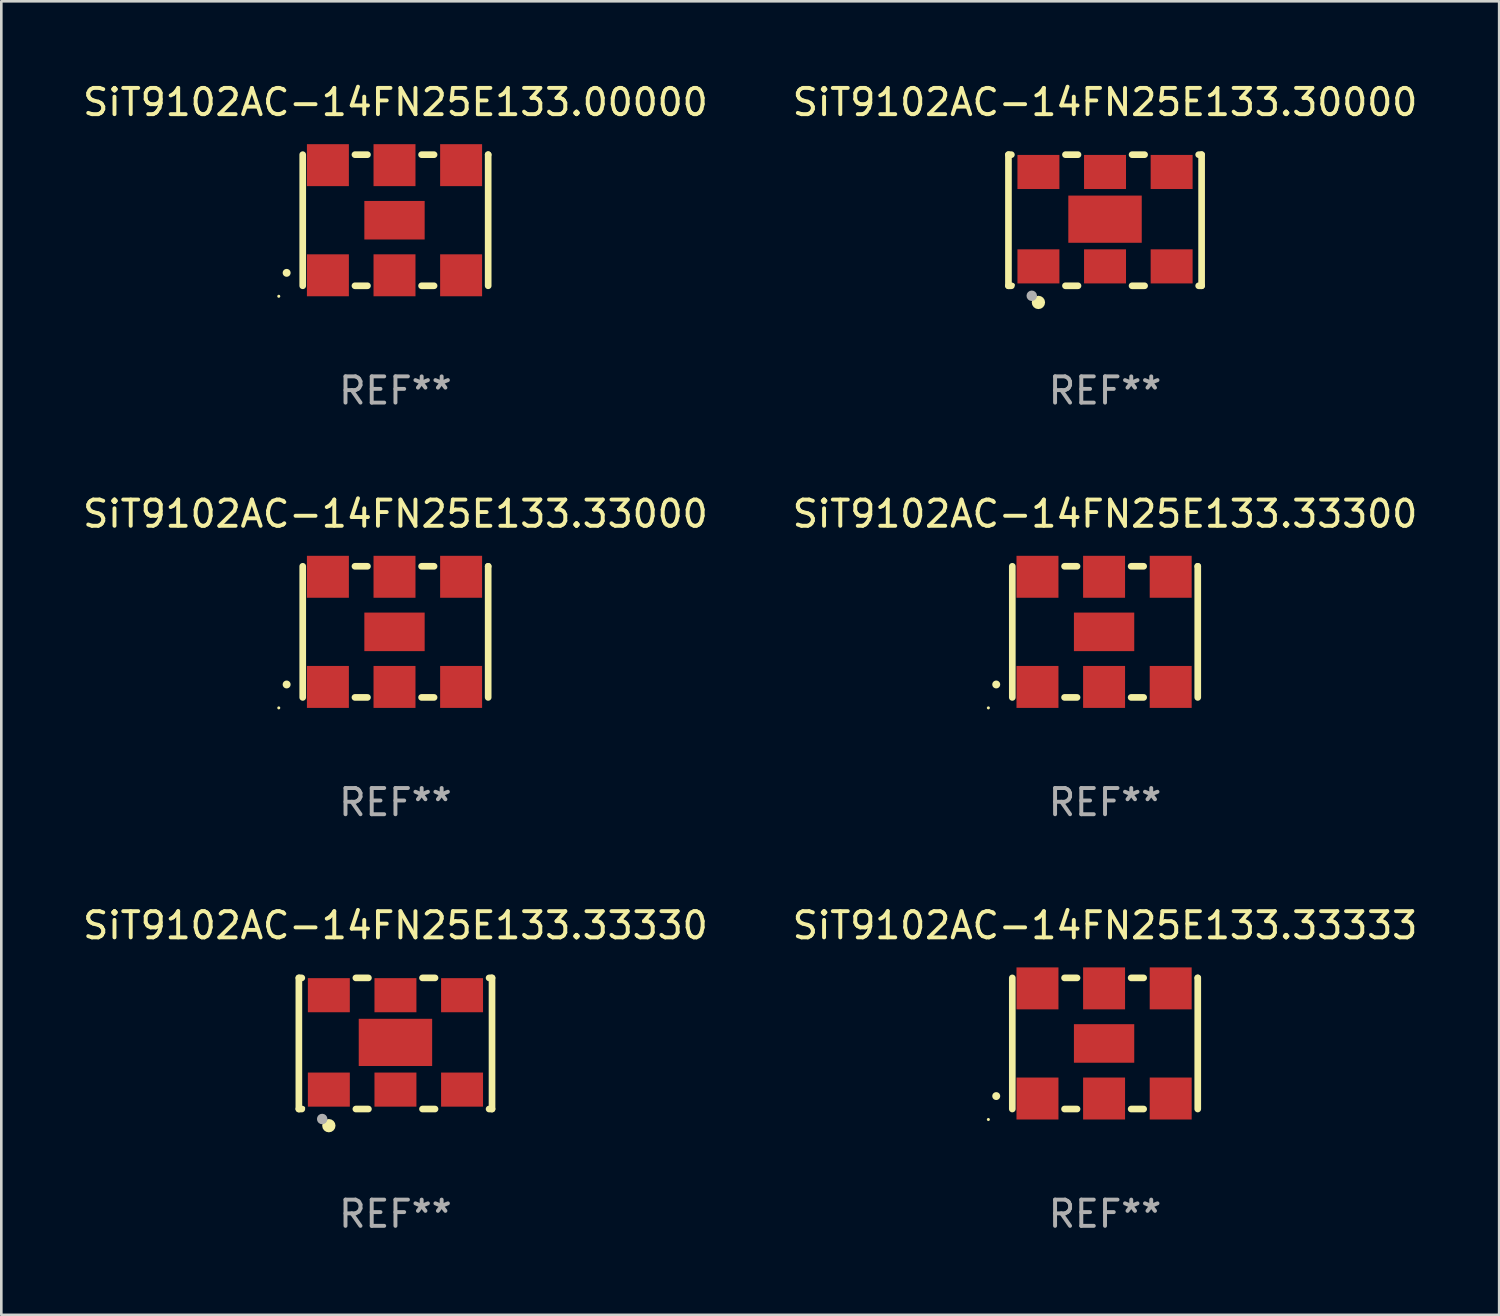
<source format=kicad_pcb>
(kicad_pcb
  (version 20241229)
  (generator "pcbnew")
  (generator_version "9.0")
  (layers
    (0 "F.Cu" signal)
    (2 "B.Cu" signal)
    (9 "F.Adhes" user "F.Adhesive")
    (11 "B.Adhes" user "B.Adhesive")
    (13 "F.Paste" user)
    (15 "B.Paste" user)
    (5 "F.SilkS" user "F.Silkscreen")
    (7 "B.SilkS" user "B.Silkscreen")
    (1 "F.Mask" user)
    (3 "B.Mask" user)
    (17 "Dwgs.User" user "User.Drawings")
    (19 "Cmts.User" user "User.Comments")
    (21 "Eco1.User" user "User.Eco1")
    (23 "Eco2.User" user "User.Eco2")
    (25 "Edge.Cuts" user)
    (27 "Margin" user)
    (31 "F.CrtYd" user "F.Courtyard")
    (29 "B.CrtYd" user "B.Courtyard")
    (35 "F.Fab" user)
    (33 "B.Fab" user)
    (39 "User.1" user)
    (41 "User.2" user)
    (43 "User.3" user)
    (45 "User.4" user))
  (footprint "SiT9102AC-14FN25E133.33000"
    (layer "F.Cu")
    (at 12.03 21.045)
    (property "Reference" "SiT9102AC-14FN25E133.33000" (at 0 -4.5 0) (layer "F.SilkS") (effects (font (size 1 1) (thickness 0.15))))
    (attr through_hole)
    (fp_line (start -3.536 -2.5) (end -3.536 2.5) (stroke (width 0.254) (type solid)) (layer "F.SilkS"))
    (fp_line (start -1.544 2.5) (end -1.067 2.5) (stroke (width 0.254) (type solid)) (layer "F.SilkS"))
    (fp_line (start -1.067 -2.5) (end -1.544 -2.5) (stroke (width 0.254) (type solid)) (layer "F.SilkS"))
    (fp_line (start 0.996 2.5) (end 1.473 2.5) (stroke (width 0.254) (type solid)) (layer "F.SilkS"))
    (fp_line (start 1.473 -2.5) (end 0.996 -2.5) (stroke (width 0.254) (type solid)) (layer "F.SilkS"))
    (fp_line (start 3.536 -2.5) (end 3.536 -2.5) (stroke (width 0.254) (type solid)) (layer "F.SilkS"))
    (fp_line (start 3.536 2.5) (end 3.536 -2.5) (stroke (width 0.254) (type solid)) (layer "F.SilkS"))
    (fp_arc (start -4.150432 2.006604) (mid -4.149162 2.006599) (end -4.147892 2.006604) (stroke (width 0.3) (type solid)) (layer "F.SilkS"))
    (fp_circle (center -4.449 2.9) (end -4.419 2.9) (stroke (width 0.06) (type solid)) (fill no) (layer "F.SilkS"))
    (fp_text user "REF**" (at 0 6.5 0) (layer "F.Fab") (effects (font (size 1 1) (thickness 0.15))))
    (pad "1" smd rect (at -2.576 2.1) (size 1.6 1.6) (layers "F.Cu" "F.Mask" "F.Paste"))
    (pad "2" smd rect (at -0.036 2.1) (size 1.6 1.6) (layers "F.Cu" "F.Mask" "F.Paste"))
    (pad "3" smd rect (at 2.504 2.1) (size 1.6 1.6) (layers "F.Cu" "F.Mask" "F.Paste"))
    (pad "4" smd rect (at 2.504 -2.1) (size 1.6 1.6) (layers "F.Cu" "F.Mask" "F.Paste"))
    (pad "5" smd rect (at -0.036 -2.1) (size 1.6 1.6) (layers "F.Cu" "F.Mask" "F.Paste"))
    (pad "6" smd rect (at -2.576 -2.1) (size 1.6 1.6) (layers "F.Cu" "F.Mask" "F.Paste"))
    (pad "7" smd rect (at -0.036 0) (size 2.3 1.47) (layers "F.Cu" "F.Mask" "F.Paste")))
  (footprint "SiT9102AC-14FN25E133.30000"
    (layer "F.Cu")
    (at 39.089 5.348)
    (property "Reference" "SiT9102AC-14FN25E133.30000" (at 0 -4.5 0) (layer "F.SilkS") (effects (font (size 1 1) (thickness 0.15))))
    (attr through_hole)
    (fp_line (start -3.683 -2.5) (end -3.571 -2.5) (stroke (width 0.254) (type solid)) (layer "F.SilkS"))
    (fp_line (start -3.683 2.5) (end -3.683 -2.5) (stroke (width 0.254) (type solid)) (layer "F.SilkS"))
    (fp_line (start -3.683 2.5) (end -3.571 2.5) (stroke (width 0.254) (type solid)) (layer "F.SilkS"))
    (fp_line (start -1.509 -2.5) (end -1.031 -2.5) (stroke (width 0.254) (type solid)) (layer "F.SilkS"))
    (fp_line (start -1.509 2.5) (end -1.031 2.5) (stroke (width 0.254) (type solid)) (layer "F.SilkS"))
    (fp_line (start 1.031 -2.5) (end 1.509 -2.5) (stroke (width 0.254) (type solid)) (layer "F.SilkS"))
    (fp_line (start 1.031 2.5) (end 1.509 2.5) (stroke (width 0.254) (type solid)) (layer "F.SilkS"))
    (fp_line (start 3.571 -2.5) (end 3.683 -2.5) (stroke (width 0.254) (type solid)) (layer "F.SilkS"))
    (fp_line (start 3.571 2.5) (end 3.683 2.5) (stroke (width 0.254) (type solid)) (layer "F.SilkS"))
    (fp_line (start 3.683 2.5) (end 3.683 -2.5) (stroke (width 0.254) (type solid)) (layer "F.SilkS"))
    (fp_circle (center -3.5 2.46) (end -3.47 2.46) (stroke (width 0.06) (type solid)) (fill no) (layer "F.SilkS"))
    (fp_circle (center -2.54 3.135) (end -2.413 3.135) (stroke (width 0.254) (type solid)) (fill no) (layer "F.SilkS"))
    (fp_circle (center -2.794 2.881) (end -2.694 2.881) (stroke (width 0.2) (type solid)) (fill no) (layer "F.Fab"))
    (fp_text user "REF**" (at 0 6.5 0) (layer "F.Fab") (effects (font (size 1 1) (thickness 0.15))))
    (pad "1" smd rect (at -2.54 1.76) (size 1.6 1.3) (layers "F.Cu" "F.Mask" "F.Paste"))
    (pad "2" smd rect (at 0 1.76) (size 1.6 1.3) (layers "F.Cu" "F.Mask" "F.Paste"))
    (pad "3" smd rect (at 2.54 1.76) (size 1.6 1.3) (layers "F.Cu" "F.Mask" "F.Paste"))
    (pad "4" smd rect (at 2.54 -1.84) (size 1.6 1.3) (layers "F.Cu" "F.Mask" "F.Paste"))
    (pad "5" smd rect (at 0 -1.84) (size 1.6 1.3) (layers "F.Cu" "F.Mask" "F.Paste"))
    (pad "6" smd rect (at -2.54 -1.84) (size 1.6 1.3) (layers "F.Cu" "F.Mask" "F.Paste"))
    (pad "7" smd rect (at 0 -0.04) (size 2.8 1.8) (layers "F.Cu" "F.Mask" "F.Paste")))
  (footprint "SiT9102AC-14FN25E133.33330"
    (layer "F.Cu")
    (at 12.03 36.741)
    (property "Reference" "SiT9102AC-14FN25E133.33330" (at 0 -4.5 0) (layer "F.SilkS") (effects (font (size 1 1) (thickness 0.15))))
    (attr through_hole)
    (fp_line (start -3.683 -2.5) (end -3.571 -2.5) (stroke (width 0.254) (type solid)) (layer "F.SilkS"))
    (fp_line (start -3.683 2.5) (end -3.683 -2.5) (stroke (width 0.254) (type solid)) (layer "F.SilkS"))
    (fp_line (start -3.683 2.5) (end -3.571 2.5) (stroke (width 0.254) (type solid)) (layer "F.SilkS"))
    (fp_line (start -1.509 -2.5) (end -1.031 -2.5) (stroke (width 0.254) (type solid)) (layer "F.SilkS"))
    (fp_line (start -1.509 2.5) (end -1.031 2.5) (stroke (width 0.254) (type solid)) (layer "F.SilkS"))
    (fp_line (start 1.031 -2.5) (end 1.509 -2.5) (stroke (width 0.254) (type solid)) (layer "F.SilkS"))
    (fp_line (start 1.031 2.5) (end 1.509 2.5) (stroke (width 0.254) (type solid)) (layer "F.SilkS"))
    (fp_line (start 3.571 -2.5) (end 3.683 -2.5) (stroke (width 0.254) (type solid)) (layer "F.SilkS"))
    (fp_line (start 3.571 2.5) (end 3.683 2.5) (stroke (width 0.254) (type solid)) (layer "F.SilkS"))
    (fp_line (start 3.683 2.5) (end 3.683 -2.5) (stroke (width 0.254) (type solid)) (layer "F.SilkS"))
    (fp_circle (center -3.5 2.46) (end -3.47 2.46) (stroke (width 0.06) (type solid)) (fill no) (layer "F.SilkS"))
    (fp_circle (center -2.54 3.135) (end -2.413 3.135) (stroke (width 0.254) (type solid)) (fill no) (layer "F.SilkS"))
    (fp_circle (center -2.794 2.881) (end -2.694 2.881) (stroke (width 0.2) (type solid)) (fill no) (layer "F.Fab"))
    (fp_text user "REF**" (at 0 6.5 0) (layer "F.Fab") (effects (font (size 1 1) (thickness 0.15))))
    (pad "1" smd rect (at -2.54 1.76) (size 1.6 1.3) (layers "F.Cu" "F.Mask" "F.Paste"))
    (pad "2" smd rect (at 0 1.76) (size 1.6 1.3) (layers "F.Cu" "F.Mask" "F.Paste"))
    (pad "3" smd rect (at 2.54 1.76) (size 1.6 1.3) (layers "F.Cu" "F.Mask" "F.Paste"))
    (pad "4" smd rect (at 2.54 -1.84) (size 1.6 1.3) (layers "F.Cu" "F.Mask" "F.Paste"))
    (pad "5" smd rect (at 0 -1.84) (size 1.6 1.3) (layers "F.Cu" "F.Mask" "F.Paste"))
    (pad "6" smd rect (at -2.54 -1.84) (size 1.6 1.3) (layers "F.Cu" "F.Mask" "F.Paste"))
    (pad "7" smd rect (at 0 -0.04) (size 2.8 1.8) (layers "F.Cu" "F.Mask" "F.Paste")))
  (footprint "SiT9102AC-14FN25E133.33333"
    (layer "F.Cu")
    (at 39.089 36.741)
    (property "Reference" "SiT9102AC-14FN25E133.33333" (at 0 -4.5 0) (layer "F.SilkS") (effects (font (size 1 1) (thickness 0.15))))
    (attr through_hole)
    (fp_line (start -3.536 -2.5) (end -3.536 2.5) (stroke (width 0.254) (type solid)) (layer "F.SilkS"))
    (fp_line (start -1.544 2.5) (end -1.067 2.5) (stroke (width 0.254) (type solid)) (layer "F.SilkS"))
    (fp_line (start -1.067 -2.5) (end -1.544 -2.5) (stroke (width 0.254) (type solid)) (layer "F.SilkS"))
    (fp_line (start 0.996 2.5) (end 1.473 2.5) (stroke (width 0.254) (type solid)) (layer "F.SilkS"))
    (fp_line (start 1.473 -2.5) (end 0.996 -2.5) (stroke (width 0.254) (type solid)) (layer "F.SilkS"))
    (fp_line (start 3.536 -2.5) (end 3.536 -2.5) (stroke (width 0.254) (type solid)) (layer "F.SilkS"))
    (fp_line (start 3.536 2.5) (end 3.536 -2.5) (stroke (width 0.254) (type solid)) (layer "F.SilkS"))
    (fp_arc (start -4.150432 2.006604) (mid -4.149162 2.006599) (end -4.147892 2.006604) (stroke (width 0.3) (type solid)) (layer "F.SilkS"))
    (fp_circle (center -4.449 2.9) (end -4.419 2.9) (stroke (width 0.06) (type solid)) (fill no) (layer "F.SilkS"))
    (fp_text user "REF**" (at 0 6.5 0) (layer "F.Fab") (effects (font (size 1 1) (thickness 0.15))))
    (pad "1" smd rect (at -2.576 2.1) (size 1.6 1.6) (layers "F.Cu" "F.Mask" "F.Paste"))
    (pad "2" smd rect (at -0.036 2.1) (size 1.6 1.6) (layers "F.Cu" "F.Mask" "F.Paste"))
    (pad "3" smd rect (at 2.504 2.1) (size 1.6 1.6) (layers "F.Cu" "F.Mask" "F.Paste"))
    (pad "4" smd rect (at 2.504 -2.1) (size 1.6 1.6) (layers "F.Cu" "F.Mask" "F.Paste"))
    (pad "5" smd rect (at -0.036 -2.1) (size 1.6 1.6) (layers "F.Cu" "F.Mask" "F.Paste"))
    (pad "6" smd rect (at -2.576 -2.1) (size 1.6 1.6) (layers "F.Cu" "F.Mask" "F.Paste"))
    (pad "7" smd rect (at -0.036 0) (size 2.3 1.47) (layers "F.Cu" "F.Mask" "F.Paste")))
  (footprint "SiT9102AC-14FN25E133.33300"
    (layer "F.Cu")
    (at 39.089 21.045)
    (property "Reference" "SiT9102AC-14FN25E133.33300" (at 0 -4.5 0) (layer "F.SilkS") (effects (font (size 1 1) (thickness 0.15))))
    (attr through_hole)
    (fp_line (start -3.536 -2.5) (end -3.536 2.5) (stroke (width 0.254) (type solid)) (layer "F.SilkS"))
    (fp_line (start -1.544 2.5) (end -1.067 2.5) (stroke (width 0.254) (type solid)) (layer "F.SilkS"))
    (fp_line (start -1.067 -2.5) (end -1.544 -2.5) (stroke (width 0.254) (type solid)) (layer "F.SilkS"))
    (fp_line (start 0.996 2.5) (end 1.473 2.5) (stroke (width 0.254) (type solid)) (layer "F.SilkS"))
    (fp_line (start 1.473 -2.5) (end 0.996 -2.5) (stroke (width 0.254) (type solid)) (layer "F.SilkS"))
    (fp_line (start 3.536 -2.5) (end 3.536 -2.5) (stroke (width 0.254) (type solid)) (layer "F.SilkS"))
    (fp_line (start 3.536 2.5) (end 3.536 -2.5) (stroke (width 0.254) (type solid)) (layer "F.SilkS"))
    (fp_arc (start -4.150432 2.006604) (mid -4.149162 2.006599) (end -4.147892 2.006604) (stroke (width 0.3) (type solid)) (layer "F.SilkS"))
    (fp_circle (center -4.449 2.9) (end -4.419 2.9) (stroke (width 0.06) (type solid)) (fill no) (layer "F.SilkS"))
    (fp_text user "REF**" (at 0 6.5 0) (layer "F.Fab") (effects (font (size 1 1) (thickness 0.15))))
    (pad "1" smd rect (at -2.576 2.1) (size 1.6 1.6) (layers "F.Cu" "F.Mask" "F.Paste"))
    (pad "2" smd rect (at -0.036 2.1) (size 1.6 1.6) (layers "F.Cu" "F.Mask" "F.Paste"))
    (pad "3" smd rect (at 2.504 2.1) (size 1.6 1.6) (layers "F.Cu" "F.Mask" "F.Paste"))
    (pad "4" smd rect (at 2.504 -2.1) (size 1.6 1.6) (layers "F.Cu" "F.Mask" "F.Paste"))
    (pad "5" smd rect (at -0.036 -2.1) (size 1.6 1.6) (layers "F.Cu" "F.Mask" "F.Paste"))
    (pad "6" smd rect (at -2.576 -2.1) (size 1.6 1.6) (layers "F.Cu" "F.Mask" "F.Paste"))
    (pad "7" smd rect (at -0.036 0) (size 2.3 1.47) (layers "F.Cu" "F.Mask" "F.Paste")))
  (footprint "SiT9102AC-14FN25E133.00000"
    (layer "F.Cu")
    (at 12.03 5.348)
    (property "Reference" "SiT9102AC-14FN25E133.00000" (at 0 -4.5 0) (layer "F.SilkS") (effects (font (size 1 1) (thickness 0.15))))
    (attr through_hole)
    (fp_line (start -3.536 -2.5) (end -3.536 2.5) (stroke (width 0.254) (type solid)) (layer "F.SilkS"))
    (fp_line (start -1.544 2.5) (end -1.067 2.5) (stroke (width 0.254) (type solid)) (layer "F.SilkS"))
    (fp_line (start -1.067 -2.5) (end -1.544 -2.5) (stroke (width 0.254) (type solid)) (layer "F.SilkS"))
    (fp_line (start 0.996 2.5) (end 1.473 2.5) (stroke (width 0.254) (type solid)) (layer "F.SilkS"))
    (fp_line (start 1.473 -2.5) (end 0.996 -2.5) (stroke (width 0.254) (type solid)) (layer "F.SilkS"))
    (fp_line (start 3.536 -2.5) (end 3.536 -2.5) (stroke (width 0.254) (type solid)) (layer "F.SilkS"))
    (fp_line (start 3.536 2.5) (end 3.536 -2.5) (stroke (width 0.254) (type solid)) (layer "F.SilkS"))
    (fp_arc (start -4.150432 2.006604) (mid -4.149162 2.006599) (end -4.147892 2.006604) (stroke (width 0.3) (type solid)) (layer "F.SilkS"))
    (fp_circle (center -4.449 2.9) (end -4.419 2.9) (stroke (width 0.06) (type solid)) (fill no) (layer "F.SilkS"))
    (fp_text user "REF**" (at 0 6.5 0) (layer "F.Fab") (effects (font (size 1 1) (thickness 0.15))))
    (pad "1" smd rect (at -2.576 2.1) (size 1.6 1.6) (layers "F.Cu" "F.Mask" "F.Paste"))
    (pad "2" smd rect (at -0.036 2.1) (size 1.6 1.6) (layers "F.Cu" "F.Mask" "F.Paste"))
    (pad "3" smd rect (at 2.504 2.1) (size 1.6 1.6) (layers "F.Cu" "F.Mask" "F.Paste"))
    (pad "4" smd rect (at 2.504 -2.1) (size 1.6 1.6) (layers "F.Cu" "F.Mask" "F.Paste"))
    (pad "5" smd rect (at -0.036 -2.1) (size 1.6 1.6) (layers "F.Cu" "F.Mask" "F.Paste"))
    (pad "6" smd rect (at -2.576 -2.1) (size 1.6 1.6) (layers "F.Cu" "F.Mask" "F.Paste"))
    (pad "7" smd rect (at -0.036 0) (size 2.3 1.47) (layers "F.Cu" "F.Mask" "F.Paste")))
  (gr_rect
    (start -3 -3)
    (end 54.119 47.09)
    (stroke (width 0.1) (type default))
    (fill no)
    (layer "Edge.Cuts")))
</source>
